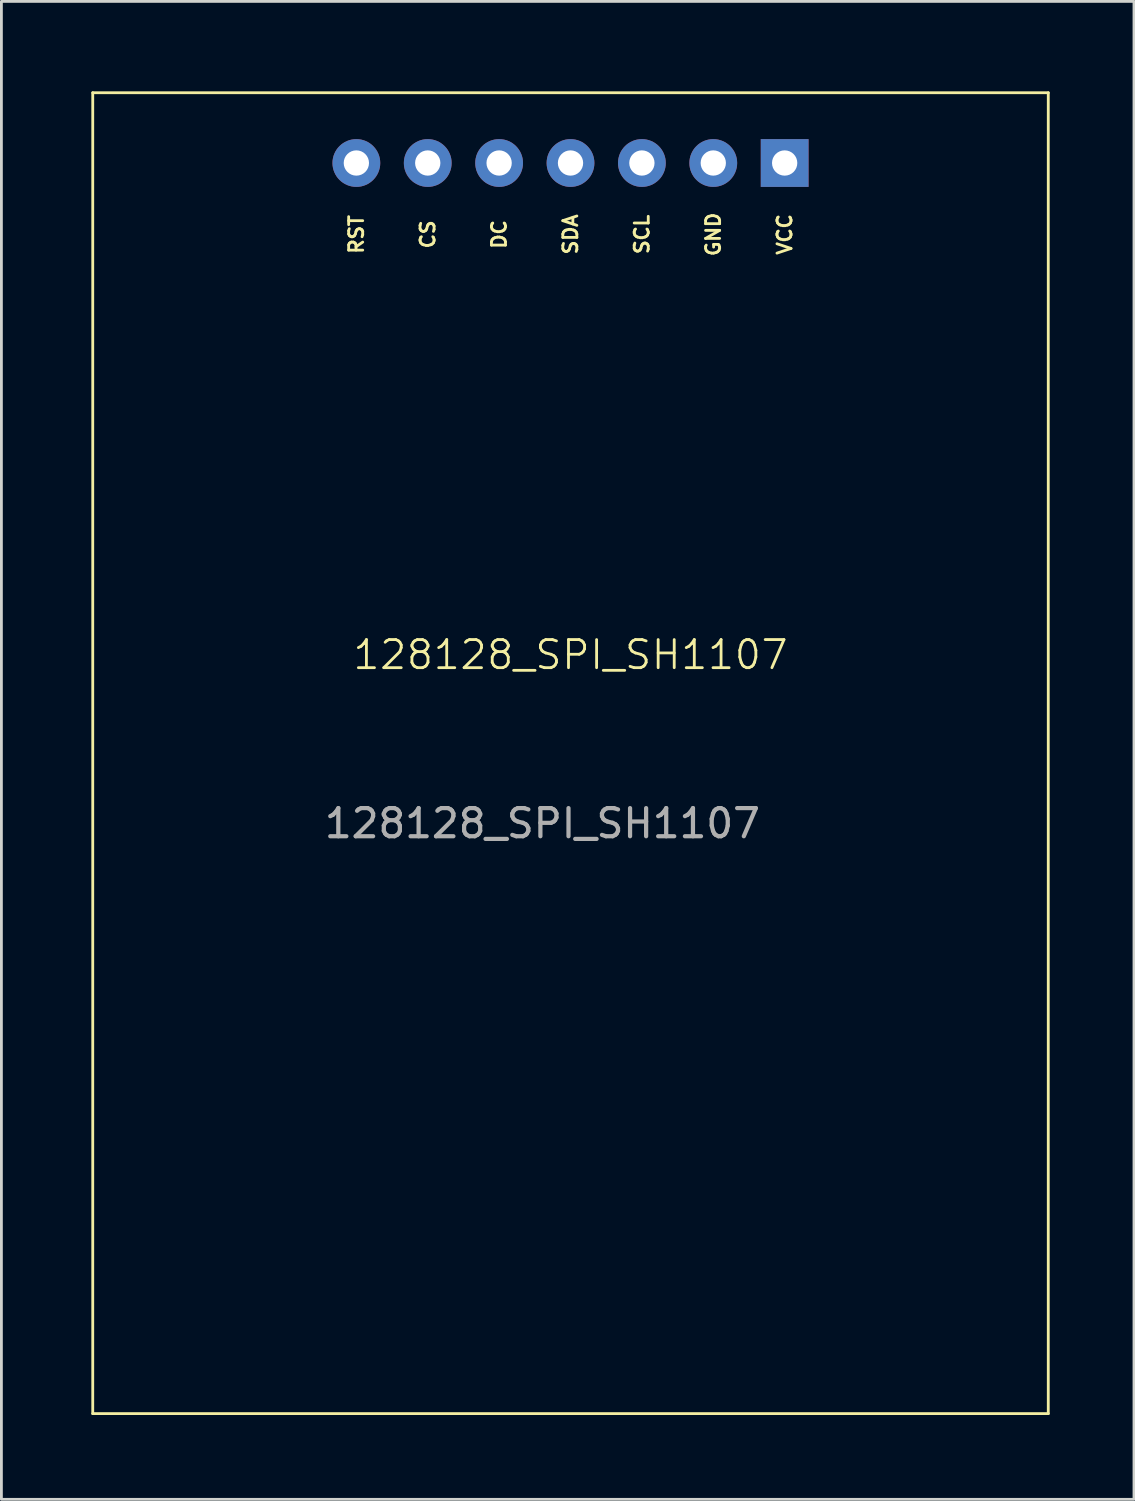
<source format=kicad_pcb>
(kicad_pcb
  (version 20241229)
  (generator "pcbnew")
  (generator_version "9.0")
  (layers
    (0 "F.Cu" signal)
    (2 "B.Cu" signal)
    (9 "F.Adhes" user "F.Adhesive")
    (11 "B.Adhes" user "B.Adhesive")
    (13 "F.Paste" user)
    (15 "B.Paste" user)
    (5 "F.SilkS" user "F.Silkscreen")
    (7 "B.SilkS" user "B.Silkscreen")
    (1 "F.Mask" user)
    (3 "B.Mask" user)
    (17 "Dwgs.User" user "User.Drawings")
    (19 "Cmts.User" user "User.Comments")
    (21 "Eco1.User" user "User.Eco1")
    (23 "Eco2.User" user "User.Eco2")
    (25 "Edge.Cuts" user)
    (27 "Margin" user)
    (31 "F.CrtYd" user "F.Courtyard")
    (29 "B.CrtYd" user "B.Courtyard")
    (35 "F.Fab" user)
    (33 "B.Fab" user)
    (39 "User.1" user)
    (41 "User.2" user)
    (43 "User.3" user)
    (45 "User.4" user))
  (footprint "128128_SPI_SH1107"
    (layer "F.Cu")
    (at 0.25 0.25)
    (property "Reference" "128128_SPI_SH1107" (at 17 20 0) (unlocked yes) (layer "F.SilkS") (effects (font (size 1 1) (thickness 0.1))))
    (attr smd)
    (fp_line (start 0 0) (end 34 0) (stroke (width 0.1) (type default)) (layer "F.SilkS"))
    (fp_line (start 0 47) (end 0 0) (stroke (width 0.1) (type default)) (layer "F.SilkS"))
    (fp_line (start 34 0) (end 34 47) (stroke (width 0.1) (type default)) (layer "F.SilkS"))
    (fp_line (start 34 47) (end 0 47) (stroke (width 0.1) (type default)) (layer "F.SilkS"))
    (fp_text user "VCC" (at 24.62 5.04 90) (unlocked yes) (layer "F.SilkS") (effects (font (size 0.5 0.5) (thickness 0.1))))
    (fp_text user "CS" (at 11.92 5.04 90) (unlocked yes) (layer "F.SilkS") (effects (font (size 0.5 0.5) (thickness 0.1))))
    (fp_text user "GND" (at 22.08 5.04 90) (unlocked yes) (layer "F.SilkS") (effects (font (size 0.5 0.5) (thickness 0.1))))
    (fp_text user "SCL" (at 19.54 5.04 90) (unlocked yes) (layer "F.SilkS") (effects (font (size 0.5 0.5) (thickness 0.1))))
    (fp_text user "DC" (at 14.46 5.04 90) (unlocked yes) (layer "F.SilkS") (effects (font (size 0.5 0.5) (thickness 0.1))))
    (fp_text user "RST" (at 9.38 5.04 90) (unlocked yes) (layer "F.SilkS") (effects (font (size 0.5 0.5) (thickness 0.1))))
    (fp_text user "SDA" (at 17 5.04 90) (unlocked yes) (layer "F.SilkS") (effects (font (size 0.5 0.5) (thickness 0.1))))
    (fp_text user "${REFERENCE}" (at 16 26 0) (unlocked yes) (layer "F.Fab") (effects (font (size 1 1) (thickness 0.15))))
    (pad "1" thru_hole rect (at 24.62 2.5) (size 1.7 1.7) (drill 0.9) (layers "*.Cu" "*.Mask"))
    (pad "2" thru_hole circle (at 22.08 2.5) (size 1.7 1.7) (drill 0.9) (layers "*.Cu" "*.Mask"))
    (pad "3" thru_hole circle (at 19.54 2.5) (size 1.7 1.7) (drill 0.9) (layers "*.Cu" "*.Mask"))
    (pad "4" thru_hole circle (at 17 2.5) (size 1.7 1.7) (drill 0.9) (layers "*.Cu" "*.Mask"))
    (pad "5" thru_hole circle (at 14.46 2.5) (size 1.7 1.7) (drill 0.9) (layers "*.Cu" "*.Mask"))
    (pad "6" thru_hole circle (at 11.92 2.5) (size 1.7 1.7) (drill 0.9) (layers "*.Cu" "*.Mask"))
    (pad "7" thru_hole circle (at 9.38 2.5) (size 1.7 1.7) (drill 0.9) (layers "*.Cu" "*.Mask"))
    (zone (net_name "") (layer "F.SilkS") (hatch edge 0.5) (connect_pads) (min_thickness 0.25) (filled_areas_thickness no) (keepout (tracks allowed) (vias allowed) (pads not_allowed) (copperpour allowed) (footprints not_allowed)) (placement (enabled no)) (fill) (polygon (pts (xy 0.25 0.25) (xy 34.25 0.25) (xy 34.25 47.25) (xy 0.25 47.25)))))
  (gr_rect
    (start -3 -3)
    (end 37.3 50.3)
    (stroke (width 0.1) (type default))
    (fill no)
    (layer "Edge.Cuts")))
</source>
